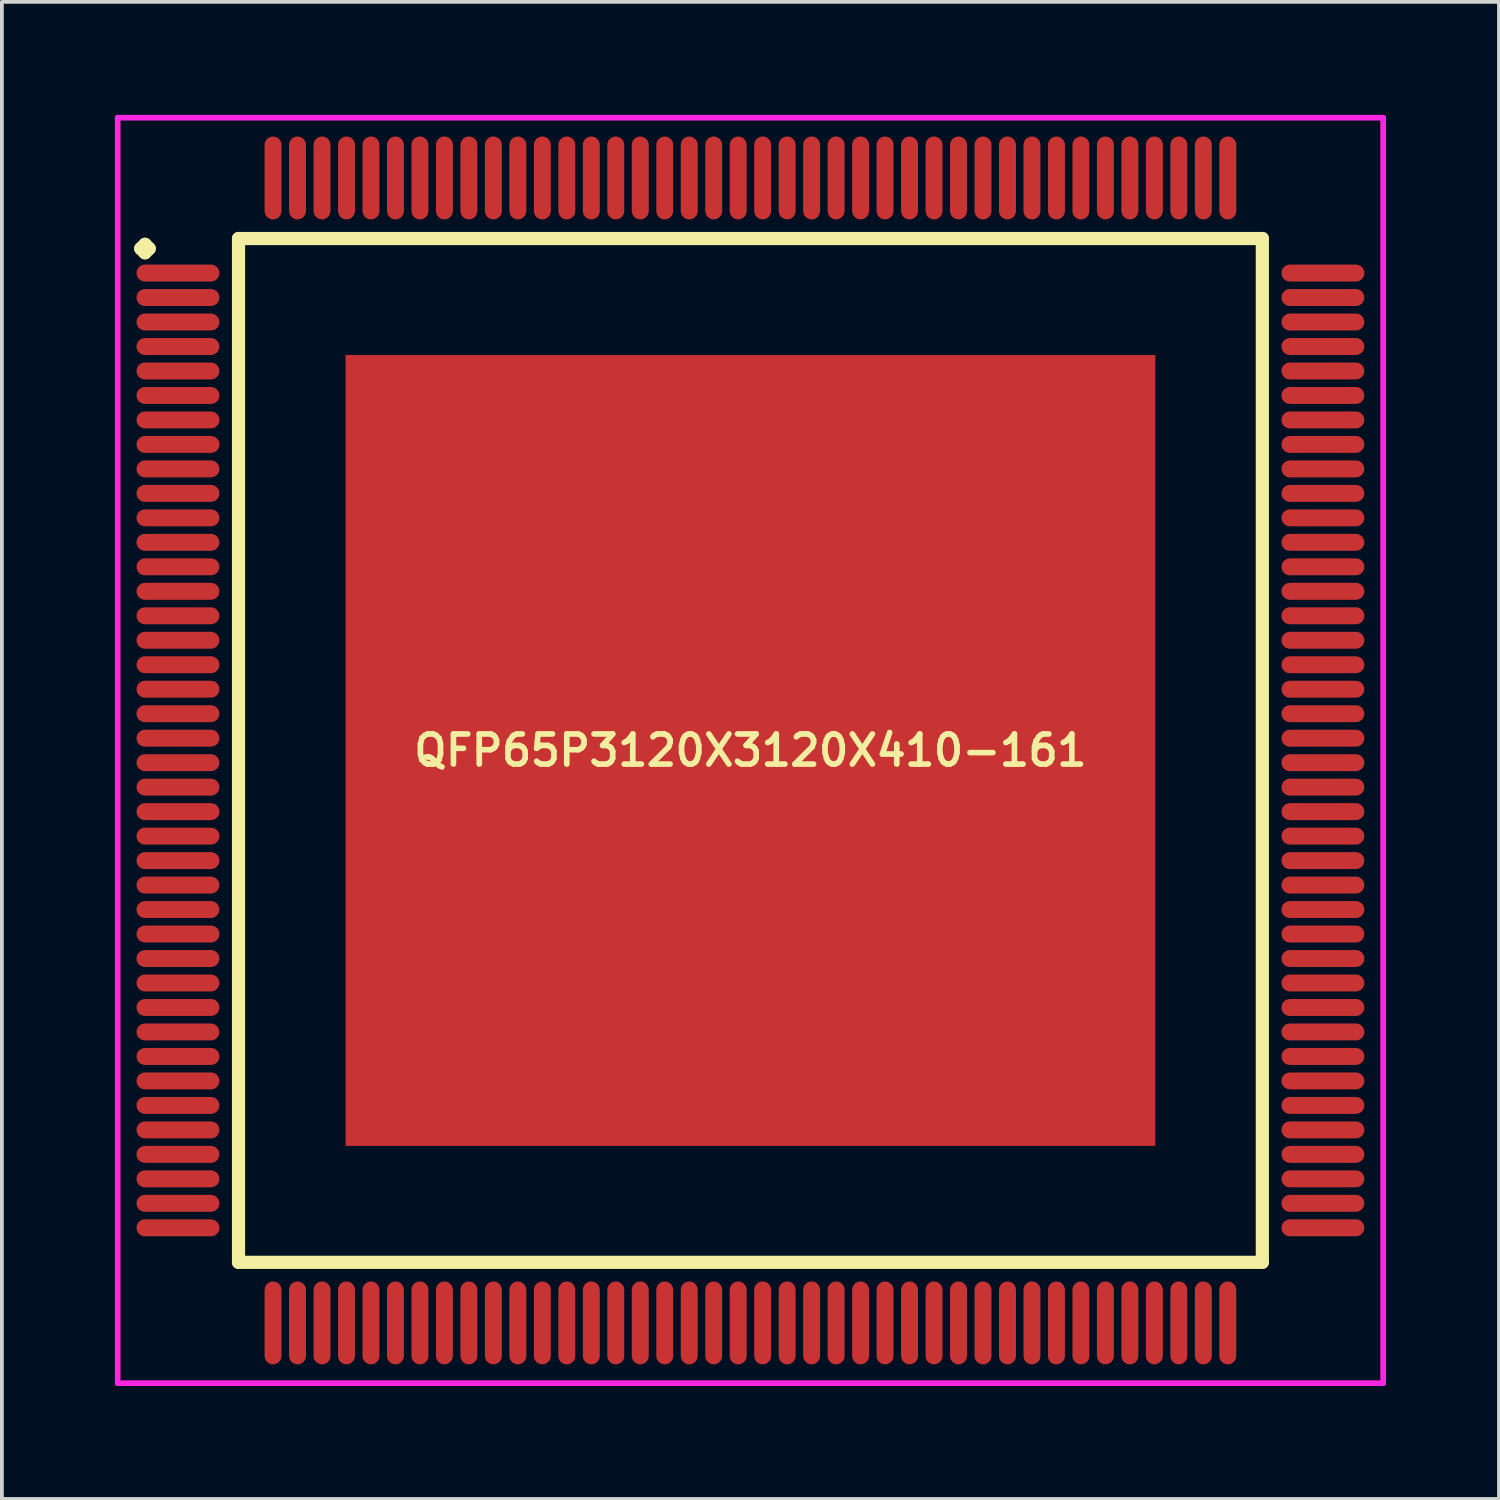
<source format=kicad_pcb>
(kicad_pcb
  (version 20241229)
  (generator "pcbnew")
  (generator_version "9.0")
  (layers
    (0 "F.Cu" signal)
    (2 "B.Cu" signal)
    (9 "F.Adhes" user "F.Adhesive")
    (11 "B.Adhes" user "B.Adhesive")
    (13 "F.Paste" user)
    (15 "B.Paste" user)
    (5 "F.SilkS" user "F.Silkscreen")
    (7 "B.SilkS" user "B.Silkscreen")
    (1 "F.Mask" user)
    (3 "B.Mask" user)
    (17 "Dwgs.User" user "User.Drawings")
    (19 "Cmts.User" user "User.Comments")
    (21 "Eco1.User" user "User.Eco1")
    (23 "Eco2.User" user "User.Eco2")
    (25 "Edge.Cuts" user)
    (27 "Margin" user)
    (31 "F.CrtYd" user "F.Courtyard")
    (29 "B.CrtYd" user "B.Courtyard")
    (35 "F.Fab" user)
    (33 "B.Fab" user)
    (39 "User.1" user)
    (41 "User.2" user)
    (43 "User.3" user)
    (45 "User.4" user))
  (footprint "QFP65P3120X3120X410-161"
    (layer "F.Cu")
    (at 16.875 16.875)
    (property "Reference" "QFP65P3120X3120X410-161" (at 0 0 0) (layer "F.SilkS") (effects (font (size 0.8 0.8) (thickness 0.15))))
    (attr smd)
    (fp_line (start -16.188 -13.325) (end -16.075 -13.438) (stroke (width 0.35) (type solid)) (layer "F.SilkS"))
    (fp_line (start -16.075 -13.438) (end -15.963 -13.325) (stroke (width 0.35) (type solid)) (layer "F.SilkS"))
    (fp_line (start -16.075 -13.213) (end -16.188 -13.325) (stroke (width 0.35) (type solid)) (layer "F.SilkS"))
    (fp_line (start -15.963 -13.325) (end -16.075 -13.213) (stroke (width 0.35) (type solid)) (layer "F.SilkS"))
    (fp_line (start -13.592 -13.592) (end -13.592 13.592) (stroke (width 0.35) (type solid)) (layer "F.SilkS"))
    (fp_line (start -13.592 13.592) (end 13.592 13.592) (stroke (width 0.35) (type solid)) (layer "F.SilkS"))
    (fp_line (start 13.592 -13.592) (end -13.592 -13.592) (stroke (width 0.35) (type solid)) (layer "F.SilkS"))
    (fp_line (start 13.592 13.592) (end 13.592 -13.592) (stroke (width 0.35) (type solid)) (layer "F.SilkS"))
    (fp_line (start -16.8 -16.8) (end 16.8 -16.8) (stroke (width 0.15) (type solid)) (layer "F.CrtYd"))
    (fp_line (start -16.8 16.8) (end -16.8 -16.8) (stroke (width 0.15) (type solid)) (layer "F.CrtYd"))
    (fp_line (start 16.8 -16.8) (end 16.8 16.8) (stroke (width 0.15) (type solid)) (layer "F.CrtYd"))
    (fp_line (start 16.8 16.8) (end -16.8 16.8) (stroke (width 0.15) (type solid)) (layer "F.CrtYd"))
    (pad "1" smd oval (at -15.2 -12.675) (size 2.2 0.45) (layers "F.Cu" "F.Mask" "F.Paste"))
    (pad "2" smd oval (at -15.2 -12.025) (size 2.2 0.45) (layers "F.Cu" "F.Mask" "F.Paste"))
    (pad "3" smd oval (at -15.2 -11.375) (size 2.2 0.45) (layers "F.Cu" "F.Mask" "F.Paste"))
    (pad "4" smd oval (at -15.2 -10.725) (size 2.2 0.45) (layers "F.Cu" "F.Mask" "F.Paste"))
    (pad "5" smd oval (at -15.2 -10.075) (size 2.2 0.45) (layers "F.Cu" "F.Mask" "F.Paste"))
    (pad "6" smd oval (at -15.2 -9.425) (size 2.2 0.45) (layers "F.Cu" "F.Mask" "F.Paste"))
    (pad "7" smd oval (at -15.2 -8.775) (size 2.2 0.45) (layers "F.Cu" "F.Mask" "F.Paste"))
    (pad "8" smd oval (at -15.2 -8.125) (size 2.2 0.45) (layers "F.Cu" "F.Mask" "F.Paste"))
    (pad "9" smd oval (at -15.2 -7.475) (size 2.2 0.45) (layers "F.Cu" "F.Mask" "F.Paste"))
    (pad "10" smd oval (at -15.2 -6.825) (size 2.2 0.45) (layers "F.Cu" "F.Mask" "F.Paste"))
    (pad "11" smd oval (at -15.2 -6.175) (size 2.2 0.45) (layers "F.Cu" "F.Mask" "F.Paste"))
    (pad "12" smd oval (at -15.2 -5.525) (size 2.2 0.45) (layers "F.Cu" "F.Mask" "F.Paste"))
    (pad "13" smd oval (at -15.2 -4.875) (size 2.2 0.45) (layers "F.Cu" "F.Mask" "F.Paste"))
    (pad "14" smd oval (at -15.2 -4.225) (size 2.2 0.45) (layers "F.Cu" "F.Mask" "F.Paste"))
    (pad "15" smd oval (at -15.2 -3.575) (size 2.2 0.45) (layers "F.Cu" "F.Mask" "F.Paste"))
    (pad "16" smd oval (at -15.2 -2.925) (size 2.2 0.45) (layers "F.Cu" "F.Mask" "F.Paste"))
    (pad "17" smd oval (at -15.2 -2.275) (size 2.2 0.45) (layers "F.Cu" "F.Mask" "F.Paste"))
    (pad "18" smd oval (at -15.2 -1.625) (size 2.2 0.45) (layers "F.Cu" "F.Mask" "F.Paste"))
    (pad "19" smd oval (at -15.2 -0.975) (size 2.2 0.45) (layers "F.Cu" "F.Mask" "F.Paste"))
    (pad "20" smd oval (at -15.2 -0.325) (size 2.2 0.45) (layers "F.Cu" "F.Mask" "F.Paste"))
    (pad "21" smd oval (at -15.2 0.325) (size 2.2 0.45) (layers "F.Cu" "F.Mask" "F.Paste"))
    (pad "22" smd oval (at -15.2 0.975) (size 2.2 0.45) (layers "F.Cu" "F.Mask" "F.Paste"))
    (pad "23" smd oval (at -15.2 1.625) (size 2.2 0.45) (layers "F.Cu" "F.Mask" "F.Paste"))
    (pad "24" smd oval (at -15.2 2.275) (size 2.2 0.45) (layers "F.Cu" "F.Mask" "F.Paste"))
    (pad "25" smd oval (at -15.2 2.925) (size 2.2 0.45) (layers "F.Cu" "F.Mask" "F.Paste"))
    (pad "26" smd oval (at -15.2 3.575) (size 2.2 0.45) (layers "F.Cu" "F.Mask" "F.Paste"))
    (pad "27" smd oval (at -15.2 4.225) (size 2.2 0.45) (layers "F.Cu" "F.Mask" "F.Paste"))
    (pad "28" smd oval (at -15.2 4.875) (size 2.2 0.45) (layers "F.Cu" "F.Mask" "F.Paste"))
    (pad "29" smd oval (at -15.2 5.525) (size 2.2 0.45) (layers "F.Cu" "F.Mask" "F.Paste"))
    (pad "30" smd oval (at -15.2 6.175) (size 2.2 0.45) (layers "F.Cu" "F.Mask" "F.Paste"))
    (pad "31" smd oval (at -15.2 6.825) (size 2.2 0.45) (layers "F.Cu" "F.Mask" "F.Paste"))
    (pad "32" smd oval (at -15.2 7.475) (size 2.2 0.45) (layers "F.Cu" "F.Mask" "F.Paste"))
    (pad "33" smd oval (at -15.2 8.125) (size 2.2 0.45) (layers "F.Cu" "F.Mask" "F.Paste"))
    (pad "34" smd oval (at -15.2 8.775) (size 2.2 0.45) (layers "F.Cu" "F.Mask" "F.Paste"))
    (pad "35" smd oval (at -15.2 9.425) (size 2.2 0.45) (layers "F.Cu" "F.Mask" "F.Paste"))
    (pad "36" smd oval (at -15.2 10.075) (size 2.2 0.45) (layers "F.Cu" "F.Mask" "F.Paste"))
    (pad "37" smd oval (at -15.2 10.725) (size 2.2 0.45) (layers "F.Cu" "F.Mask" "F.Paste"))
    (pad "38" smd oval (at -15.2 11.375) (size 2.2 0.45) (layers "F.Cu" "F.Mask" "F.Paste"))
    (pad "39" smd oval (at -15.2 12.025) (size 2.2 0.45) (layers "F.Cu" "F.Mask" "F.Paste"))
    (pad "40" smd oval (at -15.2 12.675) (size 2.2 0.45) (layers "F.Cu" "F.Mask" "F.Paste"))
    (pad "41" smd oval (at -12.675 15.2) (size 0.45 2.2) (layers "F.Cu" "F.Mask" "F.Paste"))
    (pad "42" smd oval (at -12.025 15.2) (size 0.45 2.2) (layers "F.Cu" "F.Mask" "F.Paste"))
    (pad "43" smd oval (at -11.375 15.2) (size 0.45 2.2) (layers "F.Cu" "F.Mask" "F.Paste"))
    (pad "44" smd oval (at -10.725 15.2) (size 0.45 2.2) (layers "F.Cu" "F.Mask" "F.Paste"))
    (pad "45" smd oval (at -10.075 15.2) (size 0.45 2.2) (layers "F.Cu" "F.Mask" "F.Paste"))
    (pad "46" smd oval (at -9.425 15.2) (size 0.45 2.2) (layers "F.Cu" "F.Mask" "F.Paste"))
    (pad "47" smd oval (at -8.775 15.2) (size 0.45 2.2) (layers "F.Cu" "F.Mask" "F.Paste"))
    (pad "48" smd oval (at -8.125 15.2) (size 0.45 2.2) (layers "F.Cu" "F.Mask" "F.Paste"))
    (pad "49" smd oval (at -7.475 15.2) (size 0.45 2.2) (layers "F.Cu" "F.Mask" "F.Paste"))
    (pad "50" smd oval (at -6.825 15.2) (size 0.45 2.2) (layers "F.Cu" "F.Mask" "F.Paste"))
    (pad "51" smd oval (at -6.175 15.2) (size 0.45 2.2) (layers "F.Cu" "F.Mask" "F.Paste"))
    (pad "52" smd oval (at -5.525 15.2) (size 0.45 2.2) (layers "F.Cu" "F.Mask" "F.Paste"))
    (pad "53" smd oval (at -4.875 15.2) (size 0.45 2.2) (layers "F.Cu" "F.Mask" "F.Paste"))
    (pad "54" smd oval (at -4.225 15.2) (size 0.45 2.2) (layers "F.Cu" "F.Mask" "F.Paste"))
    (pad "55" smd oval (at -3.575 15.2) (size 0.45 2.2) (layers "F.Cu" "F.Mask" "F.Paste"))
    (pad "56" smd oval (at -2.925 15.2) (size 0.45 2.2) (layers "F.Cu" "F.Mask" "F.Paste"))
    (pad "57" smd oval (at -2.275 15.2) (size 0.45 2.2) (layers "F.Cu" "F.Mask" "F.Paste"))
    (pad "58" smd oval (at -1.625 15.2) (size 0.45 2.2) (layers "F.Cu" "F.Mask" "F.Paste"))
    (pad "59" smd oval (at -0.975 15.2) (size 0.45 2.2) (layers "F.Cu" "F.Mask" "F.Paste"))
    (pad "60" smd oval (at -0.325 15.2) (size 0.45 2.2) (layers "F.Cu" "F.Mask" "F.Paste"))
    (pad "61" smd oval (at 0.325 15.2) (size 0.45 2.2) (layers "F.Cu" "F.Mask" "F.Paste"))
    (pad "62" smd oval (at 0.975 15.2) (size 0.45 2.2) (layers "F.Cu" "F.Mask" "F.Paste"))
    (pad "63" smd oval (at 1.625 15.2) (size 0.45 2.2) (layers "F.Cu" "F.Mask" "F.Paste"))
    (pad "64" smd oval (at 2.275 15.2) (size 0.45 2.2) (layers "F.Cu" "F.Mask" "F.Paste"))
    (pad "65" smd oval (at 2.925 15.2) (size 0.45 2.2) (layers "F.Cu" "F.Mask" "F.Paste"))
    (pad "66" smd oval (at 3.575 15.2) (size 0.45 2.2) (layers "F.Cu" "F.Mask" "F.Paste"))
    (pad "67" smd oval (at 4.225 15.2) (size 0.45 2.2) (layers "F.Cu" "F.Mask" "F.Paste"))
    (pad "68" smd oval (at 4.875 15.2) (size 0.45 2.2) (layers "F.Cu" "F.Mask" "F.Paste"))
    (pad "69" smd oval (at 5.525 15.2) (size 0.45 2.2) (layers "F.Cu" "F.Mask" "F.Paste"))
    (pad "70" smd oval (at 6.175 15.2) (size 0.45 2.2) (layers "F.Cu" "F.Mask" "F.Paste"))
    (pad "71" smd oval (at 6.825 15.2) (size 0.45 2.2) (layers "F.Cu" "F.Mask" "F.Paste"))
    (pad "72" smd oval (at 7.475 15.2) (size 0.45 2.2) (layers "F.Cu" "F.Mask" "F.Paste"))
    (pad "73" smd oval (at 8.125 15.2) (size 0.45 2.2) (layers "F.Cu" "F.Mask" "F.Paste"))
    (pad "74" smd oval (at 8.775 15.2) (size 0.45 2.2) (layers "F.Cu" "F.Mask" "F.Paste"))
    (pad "75" smd oval (at 9.425 15.2) (size 0.45 2.2) (layers "F.Cu" "F.Mask" "F.Paste"))
    (pad "76" smd oval (at 10.075 15.2) (size 0.45 2.2) (layers "F.Cu" "F.Mask" "F.Paste"))
    (pad "77" smd oval (at 10.725 15.2) (size 0.45 2.2) (layers "F.Cu" "F.Mask" "F.Paste"))
    (pad "78" smd oval (at 11.375 15.2) (size 0.45 2.2) (layers "F.Cu" "F.Mask" "F.Paste"))
    (pad "79" smd oval (at 12.025 15.2) (size 0.45 2.2) (layers "F.Cu" "F.Mask" "F.Paste"))
    (pad "80" smd oval (at 12.675 15.2) (size 0.45 2.2) (layers "F.Cu" "F.Mask" "F.Paste"))
    (pad "81" smd oval (at 15.2 12.675) (size 2.2 0.45) (layers "F.Cu" "F.Mask" "F.Paste"))
    (pad "82" smd oval (at 15.2 12.025) (size 2.2 0.45) (layers "F.Cu" "F.Mask" "F.Paste"))
    (pad "83" smd oval (at 15.2 11.375) (size 2.2 0.45) (layers "F.Cu" "F.Mask" "F.Paste"))
    (pad "84" smd oval (at 15.2 10.725) (size 2.2 0.45) (layers "F.Cu" "F.Mask" "F.Paste"))
    (pad "85" smd oval (at 15.2 10.075) (size 2.2 0.45) (layers "F.Cu" "F.Mask" "F.Paste"))
    (pad "86" smd oval (at 15.2 9.425) (size 2.2 0.45) (layers "F.Cu" "F.Mask" "F.Paste"))
    (pad "87" smd oval (at 15.2 8.775) (size 2.2 0.45) (layers "F.Cu" "F.Mask" "F.Paste"))
    (pad "88" smd oval (at 15.2 8.125) (size 2.2 0.45) (layers "F.Cu" "F.Mask" "F.Paste"))
    (pad "89" smd oval (at 15.2 7.475) (size 2.2 0.45) (layers "F.Cu" "F.Mask" "F.Paste"))
    (pad "90" smd oval (at 15.2 6.825) (size 2.2 0.45) (layers "F.Cu" "F.Mask" "F.Paste"))
    (pad "91" smd oval (at 15.2 6.175) (size 2.2 0.45) (layers "F.Cu" "F.Mask" "F.Paste"))
    (pad "92" smd oval (at 15.2 5.525) (size 2.2 0.45) (layers "F.Cu" "F.Mask" "F.Paste"))
    (pad "93" smd oval (at 15.2 4.875) (size 2.2 0.45) (layers "F.Cu" "F.Mask" "F.Paste"))
    (pad "94" smd oval (at 15.2 4.225) (size 2.2 0.45) (layers "F.Cu" "F.Mask" "F.Paste"))
    (pad "95" smd oval (at 15.2 3.575) (size 2.2 0.45) (layers "F.Cu" "F.Mask" "F.Paste"))
    (pad "96" smd oval (at 15.2 2.925) (size 2.2 0.45) (layers "F.Cu" "F.Mask" "F.Paste"))
    (pad "97" smd oval (at 15.2 2.275) (size 2.2 0.45) (layers "F.Cu" "F.Mask" "F.Paste"))
    (pad "98" smd oval (at 15.2 1.625) (size 2.2 0.45) (layers "F.Cu" "F.Mask" "F.Paste"))
    (pad "99" smd oval (at 15.2 0.975) (size 2.2 0.45) (layers "F.Cu" "F.Mask" "F.Paste"))
    (pad "100" smd oval (at 15.2 0.325) (size 2.2 0.45) (layers "F.Cu" "F.Mask" "F.Paste"))
    (pad "101" smd oval (at 15.2 -0.325) (size 2.2 0.45) (layers "F.Cu" "F.Mask" "F.Paste"))
    (pad "102" smd oval (at 15.2 -0.975) (size 2.2 0.45) (layers "F.Cu" "F.Mask" "F.Paste"))
    (pad "103" smd oval (at 15.2 -1.625) (size 2.2 0.45) (layers "F.Cu" "F.Mask" "F.Paste"))
    (pad "104" smd oval (at 15.2 -2.275) (size 2.2 0.45) (layers "F.Cu" "F.Mask" "F.Paste"))
    (pad "105" smd oval (at 15.2 -2.925) (size 2.2 0.45) (layers "F.Cu" "F.Mask" "F.Paste"))
    (pad "106" smd oval (at 15.2 -3.575) (size 2.2 0.45) (layers "F.Cu" "F.Mask" "F.Paste"))
    (pad "107" smd oval (at 15.2 -4.225) (size 2.2 0.45) (layers "F.Cu" "F.Mask" "F.Paste"))
    (pad "108" smd oval (at 15.2 -4.875) (size 2.2 0.45) (layers "F.Cu" "F.Mask" "F.Paste"))
    (pad "109" smd oval (at 15.2 -5.525) (size 2.2 0.45) (layers "F.Cu" "F.Mask" "F.Paste"))
    (pad "110" smd oval (at 15.2 -6.175) (size 2.2 0.45) (layers "F.Cu" "F.Mask" "F.Paste"))
    (pad "111" smd oval (at 15.2 -6.825) (size 2.2 0.45) (layers "F.Cu" "F.Mask" "F.Paste"))
    (pad "112" smd oval (at 15.2 -7.475) (size 2.2 0.45) (layers "F.Cu" "F.Mask" "F.Paste"))
    (pad "113" smd oval (at 15.2 -8.125) (size 2.2 0.45) (layers "F.Cu" "F.Mask" "F.Paste"))
    (pad "114" smd oval (at 15.2 -8.775) (size 2.2 0.45) (layers "F.Cu" "F.Mask" "F.Paste"))
    (pad "115" smd oval (at 15.2 -9.425) (size 2.2 0.45) (layers "F.Cu" "F.Mask" "F.Paste"))
    (pad "116" smd oval (at 15.2 -10.075) (size 2.2 0.45) (layers "F.Cu" "F.Mask" "F.Paste"))
    (pad "117" smd oval (at 15.2 -10.725) (size 2.2 0.45) (layers "F.Cu" "F.Mask" "F.Paste"))
    (pad "118" smd oval (at 15.2 -11.375) (size 2.2 0.45) (layers "F.Cu" "F.Mask" "F.Paste"))
    (pad "119" smd oval (at 15.2 -12.025) (size 2.2 0.45) (layers "F.Cu" "F.Mask" "F.Paste"))
    (pad "120" smd oval (at 15.2 -12.675) (size 2.2 0.45) (layers "F.Cu" "F.Mask" "F.Paste"))
    (pad "121" smd oval (at 12.675 -15.2) (size 0.45 2.2) (layers "F.Cu" "F.Mask" "F.Paste"))
    (pad "122" smd oval (at 12.025 -15.2) (size 0.45 2.2) (layers "F.Cu" "F.Mask" "F.Paste"))
    (pad "123" smd oval (at 11.375 -15.2) (size 0.45 2.2) (layers "F.Cu" "F.Mask" "F.Paste"))
    (pad "124" smd oval (at 10.725 -15.2) (size 0.45 2.2) (layers "F.Cu" "F.Mask" "F.Paste"))
    (pad "125" smd oval (at 10.075 -15.2) (size 0.45 2.2) (layers "F.Cu" "F.Mask" "F.Paste"))
    (pad "126" smd oval (at 9.425 -15.2) (size 0.45 2.2) (layers "F.Cu" "F.Mask" "F.Paste"))
    (pad "127" smd oval (at 8.775 -15.2) (size 0.45 2.2) (layers "F.Cu" "F.Mask" "F.Paste"))
    (pad "128" smd oval (at 8.125 -15.2) (size 0.45 2.2) (layers "F.Cu" "F.Mask" "F.Paste"))
    (pad "129" smd oval (at 7.475 -15.2) (size 0.45 2.2) (layers "F.Cu" "F.Mask" "F.Paste"))
    (pad "130" smd oval (at 6.825 -15.2) (size 0.45 2.2) (layers "F.Cu" "F.Mask" "F.Paste"))
    (pad "131" smd oval (at 6.175 -15.2) (size 0.45 2.2) (layers "F.Cu" "F.Mask" "F.Paste"))
    (pad "132" smd oval (at 5.525 -15.2) (size 0.45 2.2) (layers "F.Cu" "F.Mask" "F.Paste"))
    (pad "133" smd oval (at 4.875 -15.2) (size 0.45 2.2) (layers "F.Cu" "F.Mask" "F.Paste"))
    (pad "134" smd oval (at 4.225 -15.2) (size 0.45 2.2) (layers "F.Cu" "F.Mask" "F.Paste"))
    (pad "135" smd oval (at 3.575 -15.2) (size 0.45 2.2) (layers "F.Cu" "F.Mask" "F.Paste"))
    (pad "136" smd oval (at 2.925 -15.2) (size 0.45 2.2) (layers "F.Cu" "F.Mask" "F.Paste"))
    (pad "137" smd oval (at 2.275 -15.2) (size 0.45 2.2) (layers "F.Cu" "F.Mask" "F.Paste"))
    (pad "138" smd oval (at 1.625 -15.2) (size 0.45 2.2) (layers "F.Cu" "F.Mask" "F.Paste"))
    (pad "139" smd oval (at 0.975 -15.2) (size 0.45 2.2) (layers "F.Cu" "F.Mask" "F.Paste"))
    (pad "140" smd oval (at 0.325 -15.2) (size 0.45 2.2) (layers "F.Cu" "F.Mask" "F.Paste"))
    (pad "141" smd oval (at -0.325 -15.2) (size 0.45 2.2) (layers "F.Cu" "F.Mask" "F.Paste"))
    (pad "142" smd oval (at -0.975 -15.2) (size 0.45 2.2) (layers "F.Cu" "F.Mask" "F.Paste"))
    (pad "143" smd oval (at -1.625 -15.2) (size 0.45 2.2) (layers "F.Cu" "F.Mask" "F.Paste"))
    (pad "144" smd oval (at -2.275 -15.2) (size 0.45 2.2) (layers "F.Cu" "F.Mask" "F.Paste"))
    (pad "145" smd oval (at -2.925 -15.2) (size 0.45 2.2) (layers "F.Cu" "F.Mask" "F.Paste"))
    (pad "146" smd oval (at -3.575 -15.2) (size 0.45 2.2) (layers "F.Cu" "F.Mask" "F.Paste"))
    (pad "147" smd oval (at -4.225 -15.2) (size 0.45 2.2) (layers "F.Cu" "F.Mask" "F.Paste"))
    (pad "148" smd oval (at -4.875 -15.2) (size 0.45 2.2) (layers "F.Cu" "F.Mask" "F.Paste"))
    (pad "149" smd oval (at -5.525 -15.2) (size 0.45 2.2) (layers "F.Cu" "F.Mask" "F.Paste"))
    (pad "150" smd oval (at -6.175 -15.2) (size 0.45 2.2) (layers "F.Cu" "F.Mask" "F.Paste"))
    (pad "151" smd oval (at -6.825 -15.2) (size 0.45 2.2) (layers "F.Cu" "F.Mask" "F.Paste"))
    (pad "152" smd oval (at -7.475 -15.2) (size 0.45 2.2) (layers "F.Cu" "F.Mask" "F.Paste"))
    (pad "153" smd oval (at -8.125 -15.2) (size 0.45 2.2) (layers "F.Cu" "F.Mask" "F.Paste"))
    (pad "154" smd oval (at -8.775 -15.2) (size 0.45 2.2) (layers "F.Cu" "F.Mask" "F.Paste"))
    (pad "155" smd oval (at -9.425 -15.2) (size 0.45 2.2) (layers "F.Cu" "F.Mask" "F.Paste"))
    (pad "156" smd oval (at -10.075 -15.2) (size 0.45 2.2) (layers "F.Cu" "F.Mask" "F.Paste"))
    (pad "157" smd oval (at -10.725 -15.2) (size 0.45 2.2) (layers "F.Cu" "F.Mask" "F.Paste"))
    (pad "158" smd oval (at -11.375 -15.2) (size 0.45 2.2) (layers "F.Cu" "F.Mask" "F.Paste"))
    (pad "159" smd oval (at -12.025 -15.2) (size 0.45 2.2) (layers "F.Cu" "F.Mask" "F.Paste"))
    (pad "160" smd oval (at -12.675 -15.2) (size 0.45 2.2) (layers "F.Cu" "F.Mask" "F.Paste"))
    (pad "161" smd rect (at 0 0) (size 21.5 21) (layers "F.Cu" "F.Mask" "F.Paste")))
  (gr_rect
    (start -3 -3)
    (end 36.75 36.75)
    (stroke (width 0.1) (type default))
    (fill no)
    (layer "Edge.Cuts")))
</source>
